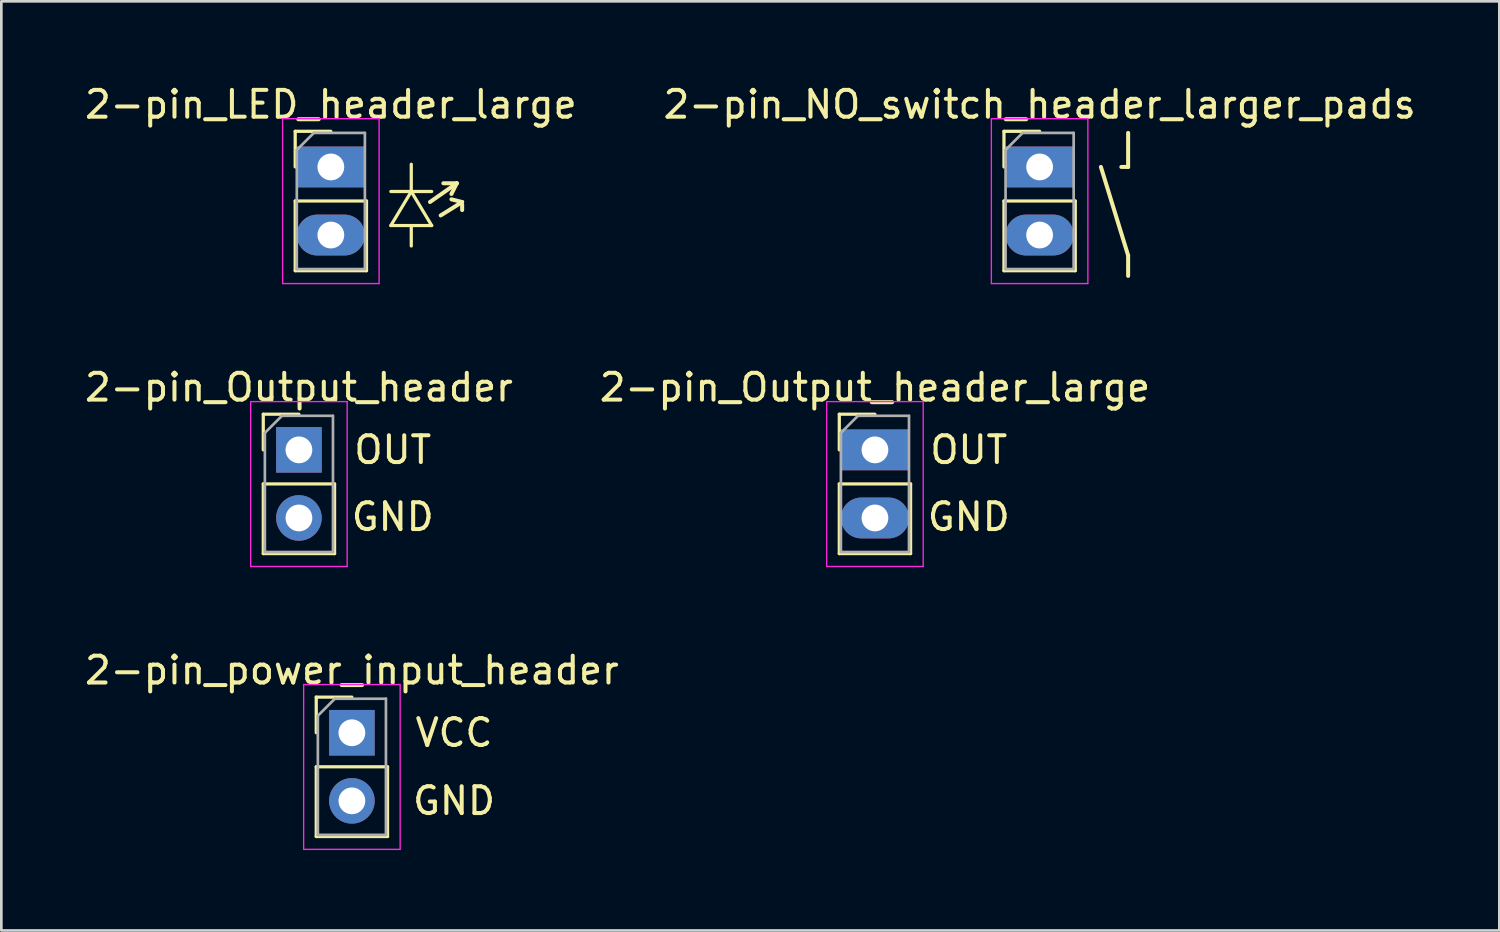
<source format=kicad_pcb>
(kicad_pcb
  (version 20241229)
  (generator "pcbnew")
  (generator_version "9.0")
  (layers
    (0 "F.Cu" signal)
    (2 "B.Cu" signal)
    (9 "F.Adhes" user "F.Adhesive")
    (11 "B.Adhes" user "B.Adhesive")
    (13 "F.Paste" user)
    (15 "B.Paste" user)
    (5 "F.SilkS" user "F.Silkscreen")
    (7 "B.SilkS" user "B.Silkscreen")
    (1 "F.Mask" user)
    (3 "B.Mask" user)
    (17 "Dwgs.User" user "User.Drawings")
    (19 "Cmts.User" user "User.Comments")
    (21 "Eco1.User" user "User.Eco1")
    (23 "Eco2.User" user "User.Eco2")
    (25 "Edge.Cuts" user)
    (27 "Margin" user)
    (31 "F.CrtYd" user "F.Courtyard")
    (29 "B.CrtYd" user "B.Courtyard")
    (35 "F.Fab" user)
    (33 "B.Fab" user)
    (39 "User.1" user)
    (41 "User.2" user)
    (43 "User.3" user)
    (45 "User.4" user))
  (footprint "2-pin_LED_header_large"
    (layer "F.Cu")
    (at 9.292 3.178)
    (property "Reference" "2-pin_LED_header_large" (at 0 -2.33 0) (layer "F.SilkS") (effects (font (size 1 1) (thickness 0.15))))
    (attr through_hole)
    (fp_line (start -1.33 -1.33) (end 0 -1.33) (stroke (width 0.12) (type solid)) (layer "F.SilkS"))
    (fp_line (start -1.33 0) (end -1.33 -1.33) (stroke (width 0.12) (type solid)) (layer "F.SilkS"))
    (fp_line (start -1.33 1.27) (end -1.33 3.87) (stroke (width 0.12) (type solid)) (layer "F.SilkS"))
    (fp_line (start -1.33 1.27) (end 1.33 1.27) (stroke (width 0.12) (type solid)) (layer "F.SilkS"))
    (fp_line (start -1.33 3.87) (end 1.33 3.87) (stroke (width 0.12) (type solid)) (layer "F.SilkS"))
    (fp_line (start 1.33 1.27) (end 1.33 3.87) (stroke (width 0.12) (type solid)) (layer "F.SilkS"))
    (fp_line (start 2.238 2.186) (end 3 0.916) (stroke (width 0.12) (type solid)) (layer "F.SilkS"))
    (fp_line (start 3 0.916) (end 3 -0.1) (stroke (width 0.12) (type solid)) (layer "F.SilkS"))
    (fp_line (start 3 0.916) (end 3.762 2.186) (stroke (width 0.12) (type solid)) (layer "F.SilkS"))
    (fp_line (start 3 2.186) (end 3 2.948) (stroke (width 0.12) (type solid)) (layer "F.SilkS"))
    (fp_line (start 3.698 1.308) (end 4.698 0.608) (stroke (width 0.15) (type solid)) (layer "F.SilkS"))
    (fp_line (start 3.762 0.916) (end 2.238 0.916) (stroke (width 0.12) (type solid)) (layer "F.SilkS"))
    (fp_line (start 3.762 2.186) (end 2.238 2.186) (stroke (width 0.12) (type solid)) (layer "F.SilkS"))
    (fp_line (start 4.098 1.808) (end 4.898 1.308) (stroke (width 0.15) (type solid)) (layer "F.SilkS"))
    (fp_line (start 4.698 0.608) (end 4.198 0.608) (stroke (width 0.15) (type solid)) (layer "F.SilkS"))
    (fp_line (start 4.698 0.608) (end 4.498 1.008) (stroke (width 0.15) (type solid)) (layer "F.SilkS"))
    (fp_line (start 4.898 1.308) (end 4.498 1.208) (stroke (width 0.15) (type solid)) (layer "F.SilkS"))
    (fp_line (start 4.898 1.408) (end 4.898 1.608) (stroke (width 0.15) (type solid)) (layer "F.SilkS"))
    (fp_line (start -1.8 -1.8) (end -1.8 4.35) (stroke (width 0.05) (type solid)) (layer "F.CrtYd"))
    (fp_line (start -1.8 4.35) (end 1.8 4.35) (stroke (width 0.05) (type solid)) (layer "F.CrtYd"))
    (fp_line (start 1.8 -1.8) (end -1.8 -1.8) (stroke (width 0.05) (type solid)) (layer "F.CrtYd"))
    (fp_line (start 1.8 4.35) (end 1.8 -1.8) (stroke (width 0.05) (type solid)) (layer "F.CrtYd"))
    (fp_line (start -1.27 -0.635) (end -0.635 -1.27) (stroke (width 0.1) (type solid)) (layer "F.Fab"))
    (fp_line (start -1.27 3.81) (end -1.27 -0.635) (stroke (width 0.1) (type solid)) (layer "F.Fab"))
    (fp_line (start -0.635 -1.27) (end 1.27 -1.27) (stroke (width 0.1) (type solid)) (layer "F.Fab"))
    (fp_line (start 1.27 -1.27) (end 1.27 3.81) (stroke (width 0.1) (type solid)) (layer "F.Fab"))
    (fp_line (start 1.27 3.81) (end -1.27 3.81) (stroke (width 0.1) (type solid)) (layer "F.Fab"))
    (pad "1" thru_hole rect (at 0 0) (size 2.54 1.524) (drill 1) (layers "*.Cu" "*.Mask"))
    (pad "2" thru_hole oval (at 0 2.54) (size 2.54 1.524) (drill 1) (layers "*.Cu" "*.Mask")))
  (footprint "2-pin_power_input_header"
    (layer "F.Cu")
    (at 10.077 24.285)
    (property "Reference" "2-pin_power_input_header" (at 0 -2.33 0) (layer "F.SilkS") (effects (font (size 1 1) (thickness 0.15))))
    (attr through_hole)
    (fp_line (start -1.33 -1.33) (end 0 -1.33) (stroke (width 0.12) (type solid)) (layer "F.SilkS"))
    (fp_line (start -1.33 0) (end -1.33 -1.33) (stroke (width 0.12) (type solid)) (layer "F.SilkS"))
    (fp_line (start -1.33 1.27) (end -1.33 3.87) (stroke (width 0.12) (type solid)) (layer "F.SilkS"))
    (fp_line (start -1.33 1.27) (end 1.33 1.27) (stroke (width 0.12) (type solid)) (layer "F.SilkS"))
    (fp_line (start -1.33 3.87) (end 1.33 3.87) (stroke (width 0.12) (type solid)) (layer "F.SilkS"))
    (fp_line (start 1.33 1.27) (end 1.33 3.87) (stroke (width 0.12) (type solid)) (layer "F.SilkS"))
    (fp_line (start -1.8 -1.8) (end -1.8 4.35) (stroke (width 0.05) (type solid)) (layer "F.CrtYd"))
    (fp_line (start -1.8 4.35) (end 1.8 4.35) (stroke (width 0.05) (type solid)) (layer "F.CrtYd"))
    (fp_line (start 1.8 -1.8) (end -1.8 -1.8) (stroke (width 0.05) (type solid)) (layer "F.CrtYd"))
    (fp_line (start 1.8 4.35) (end 1.8 -1.8) (stroke (width 0.05) (type solid)) (layer "F.CrtYd"))
    (fp_line (start -1.27 -0.635) (end -0.635 -1.27) (stroke (width 0.1) (type solid)) (layer "F.Fab"))
    (fp_line (start -1.27 3.81) (end -1.27 -0.635) (stroke (width 0.1) (type solid)) (layer "F.Fab"))
    (fp_line (start -0.635 -1.27) (end 1.27 -1.27) (stroke (width 0.1) (type solid)) (layer "F.Fab"))
    (fp_line (start 1.27 -1.27) (end 1.27 3.81) (stroke (width 0.1) (type solid)) (layer "F.Fab"))
    (fp_line (start 1.27 3.81) (end -1.27 3.81) (stroke (width 0.1) (type solid)) (layer "F.Fab"))
    (fp_text user "VCC" (at 3.81 0 0) (layer "F.SilkS") (effects (font (size 1 1) (thickness 0.15))))
    (fp_text user "GND" (at 3.81 2.54 0) (layer "F.SilkS") (effects (font (size 1 1) (thickness 0.15))))
    (pad "1" thru_hole rect (at 0 0) (size 1.7 1.7) (drill 1) (layers "*.Cu" "*.Mask"))
    (pad "2" thru_hole oval (at 0 2.54) (size 1.7 1.7) (drill 1) (layers "*.Cu" "*.Mask")))
  (footprint "2-pin_Output_header_large"
    (layer "F.Cu")
    (at 29.589 13.732)
    (property "Reference" "2-pin_Output_header_large" (at 0 -2.33 0) (layer "F.SilkS") (effects (font (size 1 1) (thickness 0.15))))
    (attr through_hole)
    (fp_line (start -1.33 -1.33) (end 0 -1.33) (stroke (width 0.12) (type solid)) (layer "F.SilkS"))
    (fp_line (start -1.33 0) (end -1.33 -1.33) (stroke (width 0.12) (type solid)) (layer "F.SilkS"))
    (fp_line (start -1.33 1.27) (end -1.33 3.87) (stroke (width 0.12) (type solid)) (layer "F.SilkS"))
    (fp_line (start -1.33 1.27) (end 1.33 1.27) (stroke (width 0.12) (type solid)) (layer "F.SilkS"))
    (fp_line (start -1.33 3.87) (end 1.33 3.87) (stroke (width 0.12) (type solid)) (layer "F.SilkS"))
    (fp_line (start 1.33 1.27) (end 1.33 3.87) (stroke (width 0.12) (type solid)) (layer "F.SilkS"))
    (fp_line (start -1.8 -1.8) (end -1.8 4.35) (stroke (width 0.05) (type solid)) (layer "F.CrtYd"))
    (fp_line (start -1.8 4.35) (end 1.8 4.35) (stroke (width 0.05) (type solid)) (layer "F.CrtYd"))
    (fp_line (start 1.8 -1.8) (end -1.8 -1.8) (stroke (width 0.05) (type solid)) (layer "F.CrtYd"))
    (fp_line (start 1.8 4.35) (end 1.8 -1.8) (stroke (width 0.05) (type solid)) (layer "F.CrtYd"))
    (fp_line (start -1.27 -0.635) (end -0.635 -1.27) (stroke (width 0.1) (type solid)) (layer "F.Fab"))
    (fp_line (start -1.27 3.81) (end -1.27 -0.635) (stroke (width 0.1) (type solid)) (layer "F.Fab"))
    (fp_line (start -0.635 -1.27) (end 1.27 -1.27) (stroke (width 0.1) (type solid)) (layer "F.Fab"))
    (fp_line (start 1.27 -1.27) (end 1.27 3.81) (stroke (width 0.1) (type solid)) (layer "F.Fab"))
    (fp_line (start 1.27 3.81) (end -1.27 3.81) (stroke (width 0.1) (type solid)) (layer "F.Fab"))
    (fp_text user "GND" (at 3.5 2.5 0) (layer "F.SilkS") (effects (font (size 1 1) (thickness 0.15))))
    (fp_text user "OUT" (at 3.5 0 0) (layer "F.SilkS") (effects (font (size 1 1) (thickness 0.15))))
    (pad "1" thru_hole rect (at 0 0) (size 2.54 1.524) (drill 1) (layers "*.Cu" "*.Mask"))
    (pad "2" thru_hole oval (at 0 2.54) (size 2.54 1.524) (drill 1) (layers "*.Cu" "*.Mask")))
  (footprint "2-pin_Output_header"
    (layer "F.Cu")
    (at 8.101 13.732)
    (property "Reference" "2-pin_Output_header" (at 0 -2.33 0) (layer "F.SilkS") (effects (font (size 1 1) (thickness 0.15))))
    (attr through_hole)
    (fp_line (start -1.33 -1.33) (end 0 -1.33) (stroke (width 0.12) (type solid)) (layer "F.SilkS"))
    (fp_line (start -1.33 0) (end -1.33 -1.33) (stroke (width 0.12) (type solid)) (layer "F.SilkS"))
    (fp_line (start -1.33 1.27) (end -1.33 3.87) (stroke (width 0.12) (type solid)) (layer "F.SilkS"))
    (fp_line (start -1.33 1.27) (end 1.33 1.27) (stroke (width 0.12) (type solid)) (layer "F.SilkS"))
    (fp_line (start -1.33 3.87) (end 1.33 3.87) (stroke (width 0.12) (type solid)) (layer "F.SilkS"))
    (fp_line (start 1.33 1.27) (end 1.33 3.87) (stroke (width 0.12) (type solid)) (layer "F.SilkS"))
    (fp_line (start -1.8 -1.8) (end -1.8 4.35) (stroke (width 0.05) (type solid)) (layer "F.CrtYd"))
    (fp_line (start -1.8 4.35) (end 1.8 4.35) (stroke (width 0.05) (type solid)) (layer "F.CrtYd"))
    (fp_line (start 1.8 -1.8) (end -1.8 -1.8) (stroke (width 0.05) (type solid)) (layer "F.CrtYd"))
    (fp_line (start 1.8 4.35) (end 1.8 -1.8) (stroke (width 0.05) (type solid)) (layer "F.CrtYd"))
    (fp_line (start -1.27 -0.635) (end -0.635 -1.27) (stroke (width 0.1) (type solid)) (layer "F.Fab"))
    (fp_line (start -1.27 3.81) (end -1.27 -0.635) (stroke (width 0.1) (type solid)) (layer "F.Fab"))
    (fp_line (start -0.635 -1.27) (end 1.27 -1.27) (stroke (width 0.1) (type solid)) (layer "F.Fab"))
    (fp_line (start 1.27 -1.27) (end 1.27 3.81) (stroke (width 0.1) (type solid)) (layer "F.Fab"))
    (fp_line (start 1.27 3.81) (end -1.27 3.81) (stroke (width 0.1) (type solid)) (layer "F.Fab"))
    (fp_text user "OUT" (at 3.5 0 0) (layer "F.SilkS") (effects (font (size 1 1) (thickness 0.15))))
    (fp_text user "GND" (at 3.5 2.5 0) (layer "F.SilkS") (effects (font (size 1 1) (thickness 0.15))))
    (pad "1" thru_hole rect (at 0 0) (size 1.7 1.7) (drill 1) (layers "*.Cu" "*.Mask"))
    (pad "2" thru_hole oval (at 0 2.54) (size 1.7 1.7) (drill 1) (layers "*.Cu" "*.Mask")))
  (footprint "2-pin_NO_switch_header_larger_pads"
    (layer "F.Cu")
    (at 35.732 3.178)
    (property "Reference" "2-pin_NO_switch_header_larger_pads" (at 0 -2.33 0) (layer "F.SilkS") (effects (font (size 1 1) (thickness 0.15))))
    (attr through_hole)
    (fp_line (start -1.33 -1.33) (end 0 -1.33) (stroke (width 0.12) (type solid)) (layer "F.SilkS"))
    (fp_line (start -1.33 0) (end -1.33 -1.33) (stroke (width 0.12) (type solid)) (layer "F.SilkS"))
    (fp_line (start -1.33 1.27) (end -1.33 3.87) (stroke (width 0.12) (type solid)) (layer "F.SilkS"))
    (fp_line (start -1.33 1.27) (end 1.33 1.27) (stroke (width 0.12) (type solid)) (layer "F.SilkS"))
    (fp_line (start -1.33 3.87) (end 1.33 3.87) (stroke (width 0.12) (type solid)) (layer "F.SilkS"))
    (fp_line (start 1.33 1.27) (end 1.33 3.87) (stroke (width 0.12) (type solid)) (layer "F.SilkS"))
    (fp_line (start 3.048 0) (end 3.302 0) (stroke (width 0.15) (type solid)) (layer "F.SilkS"))
    (fp_line (start 3.302 0) (end 3.302 -1.27) (stroke (width 0.15) (type solid)) (layer "F.SilkS"))
    (fp_line (start 3.302 3.302) (end 2.286 0) (stroke (width 0.15) (type solid)) (layer "F.SilkS"))
    (fp_line (start 3.302 4.064) (end 3.302 3.302) (stroke (width 0.15) (type solid)) (layer "F.SilkS"))
    (fp_line (start -1.8 -1.8) (end -1.8 4.35) (stroke (width 0.05) (type solid)) (layer "F.CrtYd"))
    (fp_line (start -1.8 4.35) (end 1.8 4.35) (stroke (width 0.05) (type solid)) (layer "F.CrtYd"))
    (fp_line (start 1.8 -1.8) (end -1.8 -1.8) (stroke (width 0.05) (type solid)) (layer "F.CrtYd"))
    (fp_line (start 1.8 4.35) (end 1.8 -1.8) (stroke (width 0.05) (type solid)) (layer "F.CrtYd"))
    (fp_line (start -1.27 -0.635) (end -0.635 -1.27) (stroke (width 0.1) (type solid)) (layer "F.Fab"))
    (fp_line (start -1.27 3.81) (end -1.27 -0.635) (stroke (width 0.1) (type solid)) (layer "F.Fab"))
    (fp_line (start -0.635 -1.27) (end 1.27 -1.27) (stroke (width 0.1) (type solid)) (layer "F.Fab"))
    (fp_line (start 1.27 -1.27) (end 1.27 3.81) (stroke (width 0.1) (type solid)) (layer "F.Fab"))
    (fp_line (start 1.27 3.81) (end -1.27 3.81) (stroke (width 0.1) (type solid)) (layer "F.Fab"))
    (pad "1" thru_hole rect (at 0 0) (size 2.54 1.524) (drill 1) (layers "*.Cu" "*.Mask"))
    (pad "2" thru_hole oval (at 0 2.54) (size 2.54 1.524) (drill 1) (layers "*.Cu" "*.Mask")))
  (gr_rect
    (start -3 -3)
    (end 52.881 31.66)
    (stroke (width 0.1) (type default))
    (fill no)
    (layer "Edge.Cuts")))
</source>
